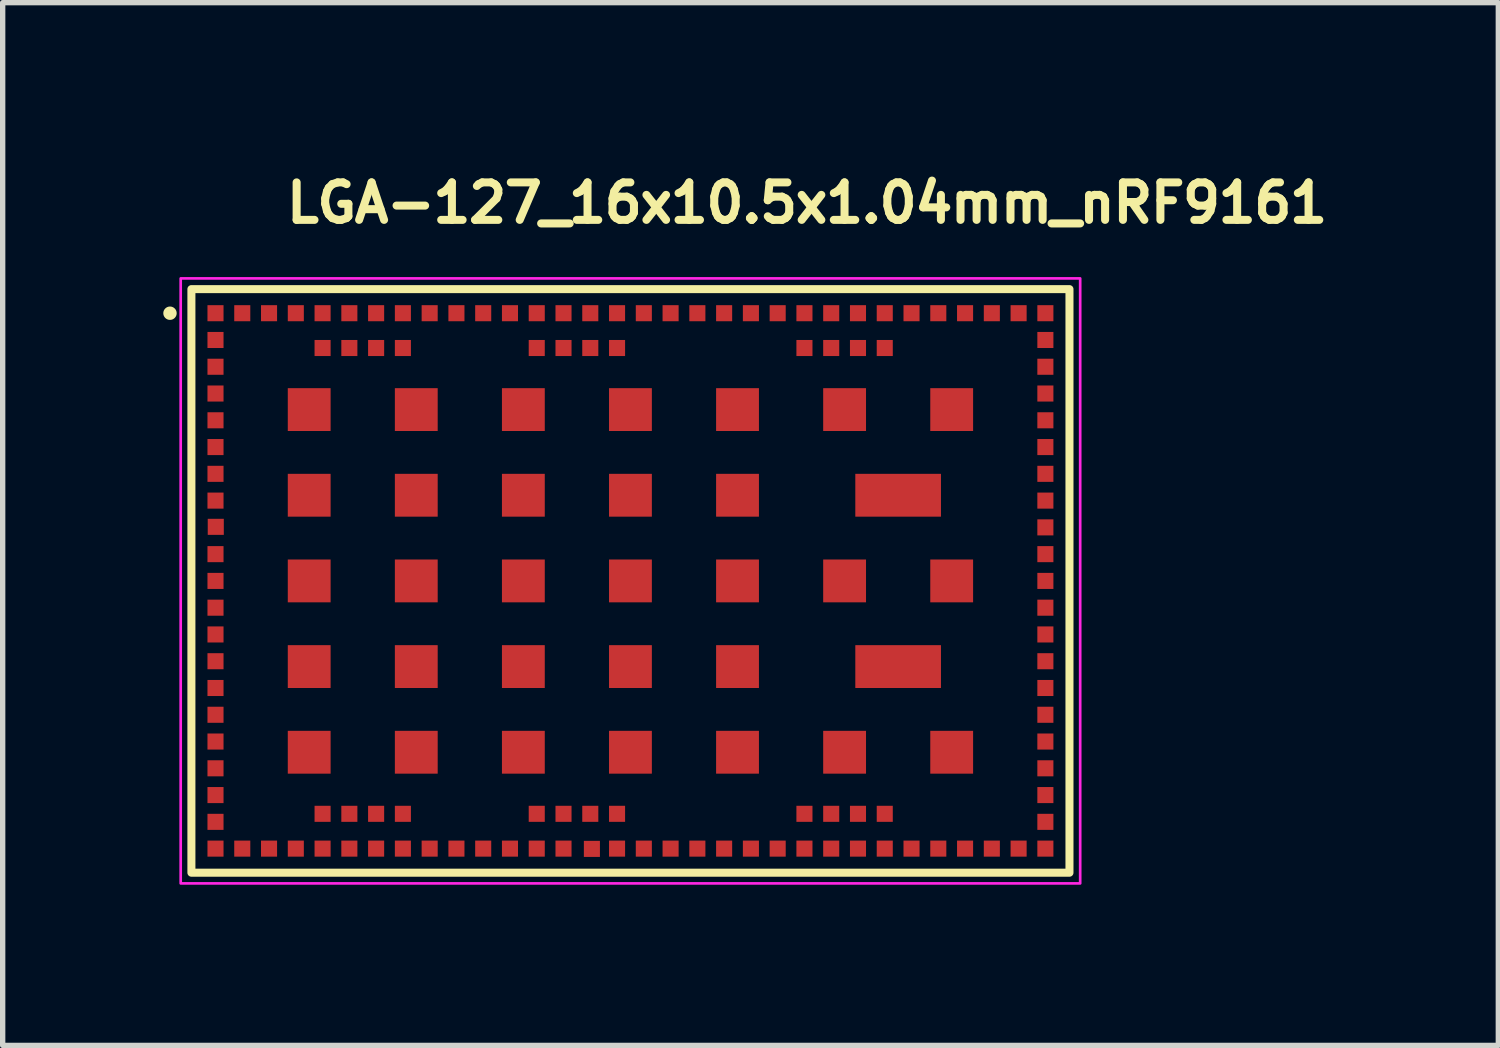
<source format=kicad_pcb>
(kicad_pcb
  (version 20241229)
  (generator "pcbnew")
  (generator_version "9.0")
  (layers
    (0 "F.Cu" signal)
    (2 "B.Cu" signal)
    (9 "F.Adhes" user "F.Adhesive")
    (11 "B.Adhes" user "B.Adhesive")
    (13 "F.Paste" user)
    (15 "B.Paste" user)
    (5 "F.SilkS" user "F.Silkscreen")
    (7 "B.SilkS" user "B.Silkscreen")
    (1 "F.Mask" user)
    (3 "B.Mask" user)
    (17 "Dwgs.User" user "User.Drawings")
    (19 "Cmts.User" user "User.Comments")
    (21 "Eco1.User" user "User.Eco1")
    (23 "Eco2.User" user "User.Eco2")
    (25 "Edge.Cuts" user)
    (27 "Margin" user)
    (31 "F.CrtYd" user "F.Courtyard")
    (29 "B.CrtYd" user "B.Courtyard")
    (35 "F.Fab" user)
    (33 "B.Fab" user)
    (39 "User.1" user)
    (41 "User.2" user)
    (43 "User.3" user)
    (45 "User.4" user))
  (footprint "LGA-127_16x10.5x1.04mm_nRF9161"
    (layer "F.Cu")
    (at 8.725 7.8)
    (property "Reference" "LGA-127_16x10.5x1.04mm_nRF9161" (at -6.5 -6.65 0) (unlocked yes) (layer "F.SilkS") (effects (font (size 0.7 0.7) (thickness 0.15)) (justify left bottom)))
    (attr smd)
    (fp_rect (start 8.2 -5.45) (end -8.2 5.45) (stroke (width 0.15) (type solid)) (fill no) (layer "F.SilkS"))
    (fp_circle (center -8.6 -5) (end -8.55 -5) (stroke (width 0.15) (type solid)) (fill yes) (layer "F.SilkS"))
    (fp_rect (start -8.4 -5.65) (end 8.4 5.65) (stroke (width 0.05) (type solid)) (fill no) (layer "F.CrtYd"))
    (fp_rect (start -8 -5.25) (end 8 5.25) (stroke (width 0.1) (type solid)) (fill no) (layer "User.5"))
    (fp_rect (start 8 -5.25) (end -8 5.25) (stroke (width 0.02) (type solid)) (fill no) (layer "User.9"))
    (pad "1" smd rect (at -7.75 -5) (size 0.3 0.3) (layers "F.Cu" "F.Mask" "F.Paste"))
    (pad "2" smd rect (at -7.75 -4.5) (size 0.3 0.3) (layers "F.Cu" "F.Mask" "F.Paste"))
    (pad "3" smd rect (at -7.75 -4) (size 0.3 0.3) (layers "F.Cu" "F.Mask" "F.Paste"))
    (pad "4" smd rect (at -7.75 -3.5) (size 0.3 0.3) (layers "F.Cu" "F.Mask" "F.Paste"))
    (pad "5" smd rect (at -7.75 -3) (size 0.3 0.3) (layers "F.Cu" "F.Mask" "F.Paste"))
    (pad "6" smd rect (at -7.75 -2.5) (size 0.3 0.3) (layers "F.Cu" "F.Mask" "F.Paste"))
    (pad "7" smd rect (at -7.75 -2) (size 0.3 0.3) (layers "F.Cu" "F.Mask" "F.Paste"))
    (pad "8" smd rect (at -7.75 -1.5) (size 0.3 0.3) (layers "F.Cu" "F.Mask" "F.Paste"))
    (pad "9" smd rect (at -7.745 -1.01) (size 0.3 0.3) (layers "F.Cu" "F.Mask" "F.Paste"))
    (pad "10" smd rect (at -7.75 -0.5) (size 0.3 0.3) (layers "F.Cu" "F.Mask" "F.Paste"))
    (pad "11" smd rect (at -7.75 0) (size 0.3 0.3) (layers "F.Cu" "F.Mask" "F.Paste"))
    (pad "12" smd rect (at -7.75 0.5) (size 0.3 0.3) (layers "F.Cu" "F.Mask" "F.Paste"))
    (pad "13" smd rect (at -7.75 1) (size 0.3 0.3) (layers "F.Cu" "F.Mask" "F.Paste"))
    (pad "14" smd rect (at -7.75 1.5) (size 0.3 0.3) (layers "F.Cu" "F.Mask" "F.Paste"))
    (pad "15" smd rect (at -7.75 2) (size 0.3 0.3) (layers "F.Cu" "F.Mask" "F.Paste"))
    (pad "16" smd rect (at -7.75 2.5) (size 0.3 0.3) (layers "F.Cu" "F.Mask" "F.Paste"))
    (pad "17" smd rect (at -7.75 3) (size 0.3 0.3) (layers "F.Cu" "F.Mask" "F.Paste"))
    (pad "18" smd rect (at -7.75 3.5) (size 0.3 0.3) (layers "F.Cu" "F.Mask" "F.Paste"))
    (pad "19" smd rect (at -7.75 4) (size 0.3 0.3) (layers "F.Cu" "F.Mask" "F.Paste"))
    (pad "20" smd rect (at -7.75 4.5) (size 0.3 0.3) (layers "F.Cu" "F.Mask" "F.Paste"))
    (pad "21" smd rect (at -7.75 5) (size 0.3 0.3) (layers "F.Cu" "F.Mask" "F.Paste"))
    (pad "22" smd rect (at -7.25 5) (size 0.3 0.3) (layers "F.Cu" "F.Mask" "F.Paste"))
    (pad "23" smd rect (at -6.75 5) (size 0.3 0.3) (layers "F.Cu" "F.Mask" "F.Paste"))
    (pad "24" smd rect (at -6.25 5) (size 0.3 0.3) (layers "F.Cu" "F.Mask" "F.Paste"))
    (pad "25" smd rect (at -5.75 5) (size 0.3 0.3) (layers "F.Cu" "F.Mask" "F.Paste"))
    (pad "26" smd rect (at -5.25 5) (size 0.3 0.3) (layers "F.Cu" "F.Mask" "F.Paste"))
    (pad "27" smd rect (at -4.75 5) (size 0.3 0.3) (layers "F.Cu" "F.Mask" "F.Paste"))
    (pad "28" smd rect (at -4.25 5) (size 0.3 0.3) (layers "F.Cu" "F.Mask" "F.Paste"))
    (pad "29" smd rect (at -3.75 5) (size 0.3 0.3) (layers "F.Cu" "F.Mask" "F.Paste"))
    (pad "30" smd rect (at -3.25 5) (size 0.3 0.3) (layers "F.Cu" "F.Mask" "F.Paste"))
    (pad "31" smd rect (at -2.75 5) (size 0.3 0.3) (layers "F.Cu" "F.Mask" "F.Paste"))
    (pad "32" smd rect (at -2.25 5) (size 0.3 0.3) (layers "F.Cu" "F.Mask" "F.Paste"))
    (pad "33" smd rect (at -1.75 5) (size 0.3 0.3) (layers "F.Cu" "F.Mask" "F.Paste"))
    (pad "34" smd rect (at -1.25 5) (size 0.3 0.3) (layers "F.Cu" "F.Mask" "F.Paste"))
    (pad "35" smd rect (at -0.72 5.005) (size 0.3 0.3) (layers "F.Cu" "F.Mask" "F.Paste"))
    (pad "36" smd rect (at -0.25 5) (size 0.3 0.3) (layers "F.Cu" "F.Mask" "F.Paste"))
    (pad "37" smd rect (at 0.25 5) (size 0.3 0.3) (layers "F.Cu" "F.Mask" "F.Paste"))
    (pad "38" smd rect (at 0.75 5) (size 0.3 0.3) (layers "F.Cu" "F.Mask" "F.Paste"))
    (pad "39" smd rect (at 1.25 5) (size 0.3 0.3) (layers "F.Cu" "F.Mask" "F.Paste"))
    (pad "40" smd rect (at 1.75 5) (size 0.3 0.3) (layers "F.Cu" "F.Mask" "F.Paste"))
    (pad "41" smd rect (at 2.25 5) (size 0.3 0.3) (layers "F.Cu" "F.Mask" "F.Paste"))
    (pad "42" smd rect (at 2.75 5) (size 0.3 0.3) (layers "F.Cu" "F.Mask" "F.Paste"))
    (pad "43" smd rect (at 3.25 5) (size 0.3 0.3) (layers "F.Cu" "F.Mask" "F.Paste"))
    (pad "44" smd rect (at 3.75 5) (size 0.3 0.3) (layers "F.Cu" "F.Mask" "F.Paste"))
    (pad "45" smd rect (at 4.25 5) (size 0.3 0.3) (layers "F.Cu" "F.Mask" "F.Paste"))
    (pad "46" smd rect (at 4.75 5) (size 0.3 0.3) (layers "F.Cu" "F.Mask" "F.Paste"))
    (pad "47" smd rect (at 5.25 5) (size 0.3 0.3) (layers "F.Cu" "F.Mask" "F.Paste"))
    (pad "48" smd rect (at 5.75 5) (size 0.3 0.3) (layers "F.Cu" "F.Mask" "F.Paste"))
    (pad "49" smd rect (at 6.25 5) (size 0.3 0.3) (layers "F.Cu" "F.Mask" "F.Paste"))
    (pad "50" smd rect (at 6.75 5) (size 0.3 0.3) (layers "F.Cu" "F.Mask" "F.Paste"))
    (pad "51" smd rect (at 7.25 5) (size 0.3 0.3) (layers "F.Cu" "F.Mask" "F.Paste"))
    (pad "52" smd rect (at 7.75 5) (size 0.3 0.3) (layers "F.Cu" "F.Mask" "F.Paste"))
    (pad "53" smd rect (at 7.75 4.5) (size 0.3 0.3) (layers "F.Cu" "F.Mask" "F.Paste"))
    (pad "54" smd rect (at 7.75 4) (size 0.3 0.3) (layers "F.Cu" "F.Mask" "F.Paste"))
    (pad "55" smd rect (at 7.75 3.5) (size 0.3 0.3) (layers "F.Cu" "F.Mask" "F.Paste"))
    (pad "56" smd rect (at 7.75 3) (size 0.3 0.3) (layers "F.Cu" "F.Mask" "F.Paste"))
    (pad "57" smd rect (at 7.75 2.5) (size 0.3 0.3) (layers "F.Cu" "F.Mask" "F.Paste"))
    (pad "58" smd rect (at 7.75 2) (size 0.3 0.3) (layers "F.Cu" "F.Mask" "F.Paste"))
    (pad "59" smd rect (at 7.75 1.5) (size 0.3 0.3) (layers "F.Cu" "F.Mask" "F.Paste"))
    (pad "60" smd rect (at 7.75 1) (size 0.3 0.3) (layers "F.Cu" "F.Mask" "F.Paste"))
    (pad "61" smd rect (at 7.75 0.5) (size 0.3 0.3) (layers "F.Cu" "F.Mask" "F.Paste"))
    (pad "62" smd rect (at 7.75 0) (size 0.3 0.3) (layers "F.Cu" "F.Mask" "F.Paste"))
    (pad "63" smd rect (at 7.75 -0.5) (size 0.3 0.3) (layers "F.Cu" "F.Mask" "F.Paste"))
    (pad "64" smd rect (at 7.75 -1) (size 0.3 0.3) (layers "F.Cu" "F.Mask" "F.Paste"))
    (pad "65" smd rect (at 7.75 -1.5) (size 0.3 0.3) (layers "F.Cu" "F.Mask" "F.Paste"))
    (pad "66" smd rect (at 7.75 -2) (size 0.3 0.3) (layers "F.Cu" "F.Mask" "F.Paste"))
    (pad "67" smd rect (at 7.75 -2.5) (size 0.3 0.3) (layers "F.Cu" "F.Mask" "F.Paste"))
    (pad "68" smd rect (at 7.75 -3) (size 0.3 0.3) (layers "F.Cu" "F.Mask" "F.Paste"))
    (pad "69" smd rect (at 7.75 -3.5) (size 0.3 0.3) (layers "F.Cu" "F.Mask" "F.Paste"))
    (pad "70" smd rect (at 7.75 -4) (size 0.3 0.3) (layers "F.Cu" "F.Mask" "F.Paste"))
    (pad "71" smd rect (at 7.75 -4.5) (size 0.3 0.3) (layers "F.Cu" "F.Mask" "F.Paste"))
    (pad "72" smd rect (at 7.75 -5) (size 0.3 0.3) (layers "F.Cu" "F.Mask" "F.Paste"))
    (pad "73" smd rect (at 7.25 -5) (size 0.3 0.3) (layers "F.Cu" "F.Mask" "F.Paste"))
    (pad "74" smd rect (at 6.75 -5) (size 0.3 0.3) (layers "F.Cu" "F.Mask" "F.Paste"))
    (pad "75" smd rect (at 6.25 -5) (size 0.3 0.3) (layers "F.Cu" "F.Mask" "F.Paste"))
    (pad "76" smd rect (at 5.75 -5) (size 0.3 0.3) (layers "F.Cu" "F.Mask" "F.Paste"))
    (pad "77" smd rect (at 5.25 -5) (size 0.3 0.3) (layers "F.Cu" "F.Mask" "F.Paste"))
    (pad "78" smd rect (at 4.75 -5) (size 0.3 0.3) (layers "F.Cu" "F.Mask" "F.Paste"))
    (pad "79" smd rect (at 4.25 -5) (size 0.3 0.3) (layers "F.Cu" "F.Mask" "F.Paste"))
    (pad "80" smd rect (at 3.75 -5) (size 0.3 0.3) (layers "F.Cu" "F.Mask" "F.Paste"))
    (pad "81" smd rect (at 3.25 -5) (size 0.3 0.3) (layers "F.Cu" "F.Mask" "F.Paste"))
    (pad "82" smd rect (at 2.75 -5) (size 0.3 0.3) (layers "F.Cu" "F.Mask" "F.Paste"))
    (pad "83" smd rect (at 2.25 -5) (size 0.3 0.3) (layers "F.Cu" "F.Mask" "F.Paste"))
    (pad "84" smd rect (at 1.75 -5) (size 0.3 0.3) (layers "F.Cu" "F.Mask" "F.Paste"))
    (pad "85" smd rect (at 1.25 -5) (size 0.3 0.3) (layers "F.Cu" "F.Mask" "F.Paste"))
    (pad "86" smd rect (at 0.75 -5) (size 0.3 0.3) (layers "F.Cu" "F.Mask" "F.Paste"))
    (pad "87" smd rect (at 0.25 -5) (size 0.3 0.3) (layers "F.Cu" "F.Mask" "F.Paste"))
    (pad "88" smd rect (at -0.25 -5) (size 0.3 0.3) (layers "F.Cu" "F.Mask" "F.Paste"))
    (pad "89" smd rect (at -0.75 -5) (size 0.3 0.3) (layers "F.Cu" "F.Mask" "F.Paste"))
    (pad "90" smd rect (at -1.25 -5) (size 0.3 0.3) (layers "F.Cu" "F.Mask" "F.Paste"))
    (pad "91" smd rect (at -1.75 -5) (size 0.3 0.3) (layers "F.Cu" "F.Mask" "F.Paste"))
    (pad "92" smd rect (at -2.25 -5) (size 0.3 0.3) (layers "F.Cu" "F.Mask" "F.Paste"))
    (pad "93" smd rect (at -2.75 -5) (size 0.3 0.3) (layers "F.Cu" "F.Mask" "F.Paste"))
    (pad "94" smd rect (at -3.25 -5) (size 0.3 0.3) (layers "F.Cu" "F.Mask" "F.Paste"))
    (pad "95" smd rect (at -3.75 -5) (size 0.3 0.3) (layers "F.Cu" "F.Mask" "F.Paste"))
    (pad "96" smd rect (at -4.25 -5) (size 0.3 0.3) (layers "F.Cu" "F.Mask" "F.Paste"))
    (pad "97" smd rect (at -4.75 -5) (size 0.3 0.3) (layers "F.Cu" "F.Mask" "F.Paste"))
    (pad "98" smd rect (at -5.25 -5) (size 0.3 0.3) (layers "F.Cu" "F.Mask" "F.Paste"))
    (pad "99" smd rect (at -5.75 -5) (size 0.3 0.3) (layers "F.Cu" "F.Mask" "F.Paste"))
    (pad "100" smd rect (at -6.25 -5) (size 0.3 0.3) (layers "F.Cu" "F.Mask" "F.Paste"))
    (pad "101" smd rect (at -6.75 -5) (size 0.3 0.3) (layers "F.Cu" "F.Mask" "F.Paste"))
    (pad "102" smd rect (at -7.25 -5) (size 0.3 0.3) (layers "F.Cu" "F.Mask" "F.Paste"))
    (pad "103" smd rect (at -6 -3.2) (size 0.8 0.8) (layers "F.Cu" "F.Mask" "F.Paste"))
    (pad "103" smd rect (at -6 -1.6) (size 0.8 0.8) (layers "F.Cu" "F.Mask" "F.Paste"))
    (pad "103" smd rect (at -6 0) (size 0.8 0.8) (layers "F.Cu" "F.Mask" "F.Paste"))
    (pad "103" smd rect (at -6 1.6) (size 0.8 0.8) (layers "F.Cu" "F.Mask" "F.Paste"))
    (pad "103" smd rect (at -6 3.2) (size 0.8 0.8) (layers "F.Cu" "F.Mask" "F.Paste"))
    (pad "103" smd rect (at -4 -3.2) (size 0.8 0.8) (layers "F.Cu" "F.Mask" "F.Paste"))
    (pad "103" smd rect (at -4 -1.6) (size 0.8 0.8) (layers "F.Cu" "F.Mask" "F.Paste"))
    (pad "103" smd rect (at -4 0) (size 0.8 0.8) (layers "F.Cu" "F.Mask" "F.Paste"))
    (pad "103" smd rect (at -4 1.6) (size 0.8 0.8) (layers "F.Cu" "F.Mask" "F.Paste"))
    (pad "103" smd rect (at -4 3.2) (size 0.8 0.8) (layers "F.Cu" "F.Mask" "F.Paste"))
    (pad "103" smd rect (at -2 -3.2) (size 0.8 0.8) (layers "F.Cu" "F.Mask" "F.Paste"))
    (pad "103" smd rect (at -2 -1.6) (size 0.8 0.8) (layers "F.Cu" "F.Mask" "F.Paste"))
    (pad "103" smd rect (at -2 0) (size 0.8 0.8) (layers "F.Cu" "F.Mask" "F.Paste"))
    (pad "103" smd rect (at -2 1.6) (size 0.8 0.8) (layers "F.Cu" "F.Mask" "F.Paste"))
    (pad "103" smd rect (at -2 3.2) (size 0.8 0.8) (layers "F.Cu" "F.Mask" "F.Paste"))
    (pad "103" smd rect (at 0 -3.2) (size 0.8 0.8) (layers "F.Cu" "F.Mask" "F.Paste"))
    (pad "103" smd rect (at 0 -1.6) (size 0.8 0.8) (layers "F.Cu" "F.Mask" "F.Paste"))
    (pad "103" smd rect (at 0 0) (size 0.8 0.8) (layers "F.Cu" "F.Mask" "F.Paste"))
    (pad "103" smd rect (at 0 1.6) (size 0.8 0.8) (layers "F.Cu" "F.Mask" "F.Paste"))
    (pad "103" smd rect (at 0 3.2) (size 0.8 0.8) (layers "F.Cu" "F.Mask" "F.Paste"))
    (pad "103" smd rect (at 2 -3.2) (size 0.8 0.8) (layers "F.Cu" "F.Mask" "F.Paste"))
    (pad "103" smd rect (at 2 -1.6) (size 0.8 0.8) (layers "F.Cu" "F.Mask" "F.Paste"))
    (pad "103" smd rect (at 2 0) (size 0.8 0.8) (layers "F.Cu" "F.Mask" "F.Paste"))
    (pad "103" smd rect (at 2 1.6) (size 0.8 0.8) (layers "F.Cu" "F.Mask" "F.Paste"))
    (pad "103" smd rect (at 2 3.2) (size 0.8 0.8) (layers "F.Cu" "F.Mask" "F.Paste"))
    (pad "103" smd rect (at 4 -3.2) (size 0.8 0.8) (layers "F.Cu" "F.Mask" "F.Paste"))
    (pad "103" smd rect (at 4 0) (size 0.8 0.8) (layers "F.Cu" "F.Mask" "F.Paste"))
    (pad "103" smd rect (at 4 3.2) (size 0.8 0.8) (layers "F.Cu" "F.Mask" "F.Paste"))
    (pad "103" smd rect (at 5 -1.6) (size 1.6 0.8) (layers "F.Cu" "F.Mask" "F.Paste"))
    (pad "103" smd rect (at 5 1.6) (size 1.6 0.8) (layers "F.Cu" "F.Mask" "F.Paste"))
    (pad "103" smd rect (at 6 -3.2) (size 0.8 0.8) (layers "F.Cu" "F.Mask" "F.Paste"))
    (pad "103" smd rect (at 6 0) (size 0.8 0.8) (layers "F.Cu" "F.Mask" "F.Paste"))
    (pad "103" smd rect (at 6 3.2) (size 0.8 0.8) (layers "F.Cu" "F.Mask" "F.Paste"))
    (pad "104" smd rect (at -5.75 4.35) (size 0.3 0.3) (layers "F.Cu" "F.Mask" "F.Paste"))
    (pad "105" smd rect (at -5.25 4.35) (size 0.3 0.3) (layers "F.Cu" "F.Mask" "F.Paste"))
    (pad "106" smd rect (at -4.75 4.35) (size 0.3 0.3) (layers "F.Cu" "F.Mask" "F.Paste"))
    (pad "107" smd rect (at -4.25 4.35) (size 0.3 0.3) (layers "F.Cu" "F.Mask" "F.Paste"))
    (pad "108" smd rect (at -1.75 4.35) (size 0.3 0.3) (layers "F.Cu" "F.Mask" "F.Paste"))
    (pad "109" smd rect (at -1.25 4.35) (size 0.3 0.3) (layers "F.Cu" "F.Mask" "F.Paste"))
    (pad "110" smd rect (at -0.75 4.35) (size 0.3 0.3) (layers "F.Cu" "F.Mask" "F.Paste"))
    (pad "111" smd rect (at -0.25 4.35) (size 0.3 0.3) (layers "F.Cu" "F.Mask" "F.Paste"))
    (pad "112" smd rect (at 3.25 4.35) (size 0.3 0.3) (layers "F.Cu" "F.Mask" "F.Paste"))
    (pad "113" smd rect (at 3.75 4.35) (size 0.3 0.3) (layers "F.Cu" "F.Mask" "F.Paste"))
    (pad "114" smd rect (at 4.25 4.35) (size 0.3 0.3) (layers "F.Cu" "F.Mask" "F.Paste"))
    (pad "115" smd rect (at 4.75 4.35) (size 0.3 0.3) (layers "F.Cu" "F.Mask" "F.Paste"))
    (pad "116" smd rect (at 4.75 -4.35) (size 0.3 0.3) (layers "F.Cu" "F.Mask" "F.Paste"))
    (pad "117" smd rect (at 4.25 -4.35) (size 0.3 0.3) (layers "F.Cu" "F.Mask" "F.Paste"))
    (pad "118" smd rect (at 3.75 -4.35) (size 0.3 0.3) (layers "F.Cu" "F.Mask" "F.Paste"))
    (pad "119" smd rect (at 3.25 -4.35) (size 0.3 0.3) (layers "F.Cu" "F.Mask" "F.Paste"))
    (pad "120" smd rect (at -0.25 -4.35) (size 0.3 0.3) (layers "F.Cu" "F.Mask" "F.Paste"))
    (pad "121" smd rect (at -0.75 -4.35) (size 0.3 0.3) (layers "F.Cu" "F.Mask" "F.Paste"))
    (pad "122" smd rect (at -1.25 -4.35) (size 0.3 0.3) (layers "F.Cu" "F.Mask" "F.Paste"))
    (pad "123" smd rect (at -1.75 -4.35) (size 0.3 0.3) (layers "F.Cu" "F.Mask" "F.Paste"))
    (pad "124" smd rect (at -4.25 -4.35) (size 0.3 0.3) (layers "F.Cu" "F.Mask" "F.Paste"))
    (pad "125" smd rect (at -4.75 -4.35) (size 0.3 0.3) (layers "F.Cu" "F.Mask" "F.Paste"))
    (pad "126" smd rect (at -5.25 -4.35) (size 0.3 0.3) (layers "F.Cu" "F.Mask" "F.Paste"))
    (pad "127" smd rect (at -5.75 -4.35) (size 0.3 0.3) (layers "F.Cu" "F.Mask" "F.Paste")))
  (gr_rect
    (start -3 -3)
    (end 24.935 16.475)
    (stroke (width 0.1) (type default))
    (fill no)
    (layer "Edge.Cuts")))
</source>
